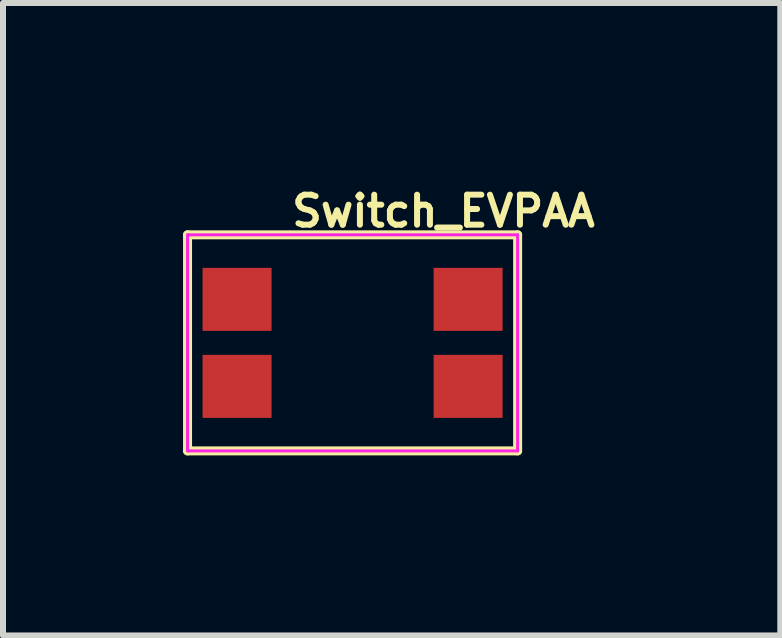
<source format=kicad_pcb>
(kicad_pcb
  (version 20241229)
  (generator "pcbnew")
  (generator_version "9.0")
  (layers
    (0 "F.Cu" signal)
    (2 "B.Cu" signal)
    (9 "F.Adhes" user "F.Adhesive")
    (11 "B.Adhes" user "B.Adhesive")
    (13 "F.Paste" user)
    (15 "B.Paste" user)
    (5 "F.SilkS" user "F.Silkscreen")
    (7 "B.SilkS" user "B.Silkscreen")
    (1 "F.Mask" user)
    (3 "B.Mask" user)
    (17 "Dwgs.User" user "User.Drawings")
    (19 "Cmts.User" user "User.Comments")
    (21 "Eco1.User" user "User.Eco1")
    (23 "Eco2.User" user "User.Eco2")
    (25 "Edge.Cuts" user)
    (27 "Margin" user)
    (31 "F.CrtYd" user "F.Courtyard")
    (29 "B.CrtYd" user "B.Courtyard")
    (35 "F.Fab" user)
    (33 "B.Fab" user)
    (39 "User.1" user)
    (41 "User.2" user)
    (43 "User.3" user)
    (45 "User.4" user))
  (footprint "Switch_EVPAA"
    (layer "F.Cu")
    (at 2.825 2.663)
    (property "Reference" "Switch_EVPAA" (at 1.515 -2.195 0) (layer "F.SilkS") (effects (font (size 0.5 0.5) (thickness 0.1))))
    (attr smd)
    (fp_line (start -2.75 -1.8) (end 2.75 -1.8) (stroke (width 0.15) (type solid)) (layer "F.SilkS"))
    (fp_line (start -2.75 1.8) (end -2.75 -1.8) (stroke (width 0.15) (type solid)) (layer "F.SilkS"))
    (fp_line (start 2.75 -1.8) (end 2.75 1.8) (stroke (width 0.15) (type solid)) (layer "F.SilkS"))
    (fp_line (start 2.75 1.8) (end -2.75 1.8) (stroke (width 0.15) (type solid)) (layer "F.SilkS"))
    (fp_line (start -2.75 -1.8) (end -2.75 1.8) (stroke (width 0.05) (type solid)) (layer "F.CrtYd"))
    (fp_line (start -2.75 1.8) (end 2.75 1.8) (stroke (width 0.05) (type solid)) (layer "F.CrtYd"))
    (fp_line (start 2.75 -1.8) (end -2.75 -1.8) (stroke (width 0.05) (type solid)) (layer "F.CrtYd"))
    (fp_line (start 2.75 1.8) (end 2.75 -1.8) (stroke (width 0.05) (type solid)) (layer "F.CrtYd"))
    (pad "1" smd rect (at -1.925 -0.725) (size 1.15 1.05) (layers "F.Cu" "F.Mask" "F.Paste"))
    (pad "1" smd rect (at 1.925 -0.725) (size 1.15 1.05) (layers "F.Cu" "F.Mask" "F.Paste"))
    (pad "2" smd rect (at -1.925 0.725) (size 1.15 1.05) (layers "F.Cu" "F.Mask" "F.Paste"))
    (pad "2" smd rect (at 1.925 0.725) (size 1.15 1.05) (layers "F.Cu" "F.Mask" "F.Paste")))
  (gr_rect
    (start -3 -3)
    (end 9.952 7.538)
    (stroke (width 0.1) (type default))
    (fill no)
    (layer "Edge.Cuts")))
</source>
